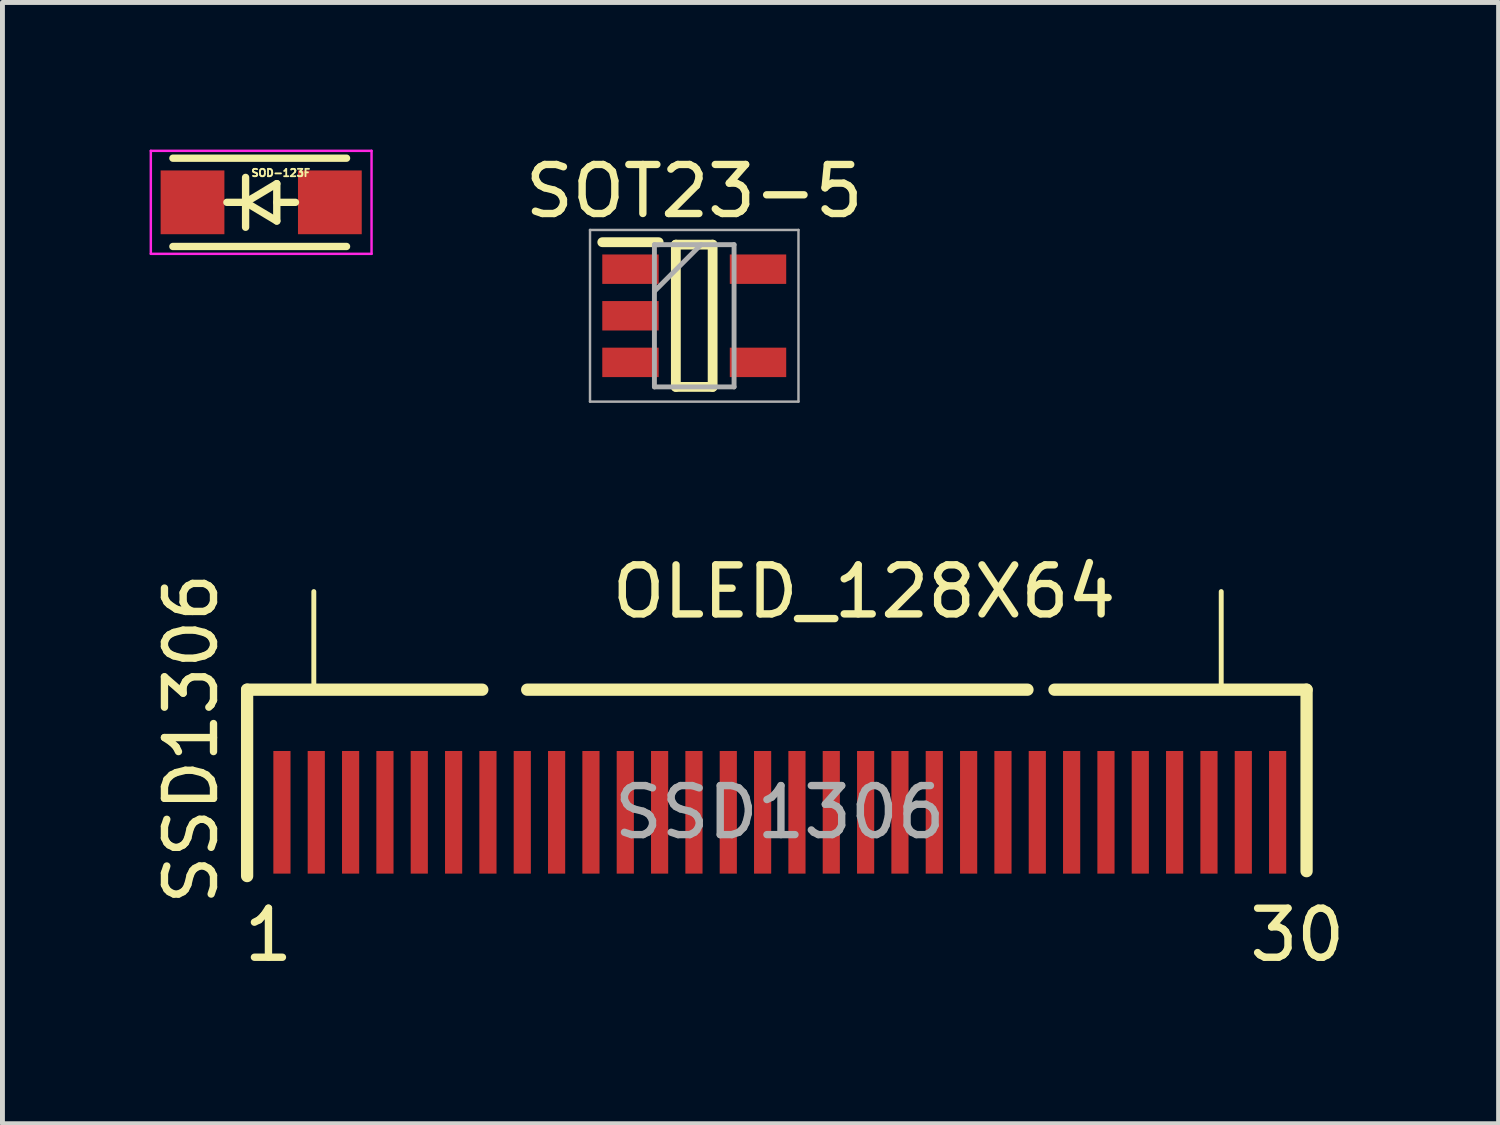
<source format=kicad_pcb>
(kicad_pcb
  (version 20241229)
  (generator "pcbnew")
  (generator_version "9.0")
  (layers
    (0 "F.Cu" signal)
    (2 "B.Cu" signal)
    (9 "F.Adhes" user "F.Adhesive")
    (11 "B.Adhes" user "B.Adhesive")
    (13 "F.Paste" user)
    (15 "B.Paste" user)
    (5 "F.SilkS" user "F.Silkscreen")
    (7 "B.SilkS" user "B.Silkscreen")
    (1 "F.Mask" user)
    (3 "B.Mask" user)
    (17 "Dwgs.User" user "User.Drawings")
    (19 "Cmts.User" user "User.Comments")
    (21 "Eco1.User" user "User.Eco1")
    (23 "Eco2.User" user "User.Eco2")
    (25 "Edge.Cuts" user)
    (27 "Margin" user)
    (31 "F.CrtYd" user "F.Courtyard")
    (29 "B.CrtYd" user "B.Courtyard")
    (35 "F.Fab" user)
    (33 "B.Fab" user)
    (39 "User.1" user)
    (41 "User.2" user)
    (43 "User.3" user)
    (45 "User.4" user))
  (footprint "SSD1306"
    (layer "F.Cu")
    (at 12.848 13.511)
    (property "Reference" "SSD1306" (at -12 -1.5 90) (layer "F.SilkS") (effects (font (size 1 1) (thickness 0.15))))
    (attr smd)
    (fp_line (start -10.86 -2.5) (end -6.065 -2.5) (stroke (width 0.25) (type solid)) (layer "F.SilkS"))
    (fp_line (start -10.86 1.3) (end -10.86 -2.5) (stroke (width 0.25) (type solid)) (layer "F.SilkS"))
    (fp_line (start -9.5 -4.5) (end -9.5 -2.5) (stroke (width 0.1) (type default)) (layer "F.SilkS"))
    (fp_line (start -5.15 -2.5) (end 5.05 -2.5) (stroke (width 0.25) (type solid)) (layer "F.SilkS"))
    (fp_line (start 9 -2.5) (end 9 -4.5) (stroke (width 0.1) (type default)) (layer "F.SilkS"))
    (fp_line (start 10.74 -2.5) (end 5.6 -2.5) (stroke (width 0.25) (type solid)) (layer "F.SilkS"))
    (fp_line (start 10.74 1.2) (end 10.74 -2.5) (stroke (width 0.25) (type solid)) (layer "F.SilkS"))
    (fp_text user "1" (at -11 2.5 0) (layer "F.SilkS") (effects (font (size 1 1) (thickness 0.15)) (justify left)))
    (fp_text user "OLED_128X64" (at -3.5 -4.5 0) (layer "F.SilkS") (effects (font (size 1 1) (thickness 0.15)) (justify left)))
    (fp_text user "30" (at 9.5 2.5 0) (layer "F.SilkS") (effects (font (size 1 1) (thickness 0.15)) (justify left)))
    (fp_text user "${REFERENCE}" (at 0 0 0) (layer "F.Fab") (effects (font (size 1 1) (thickness 0.15))))
    (pad "1" smd rect (at -10.15 0 270) (size 2.5 0.35) (layers "F.Cu" "F.Mask" "F.Paste"))
    (pad "2" smd rect (at -9.45 0 270) (size 2.5 0.35) (layers "F.Cu" "F.Mask" "F.Paste"))
    (pad "3" smd rect (at -8.75 0 270) (size 2.5 0.35) (layers "F.Cu" "F.Mask" "F.Paste"))
    (pad "4" smd rect (at -8.05 0 270) (size 2.5 0.35) (layers "F.Cu" "F.Mask" "F.Paste"))
    (pad "5" smd rect (at -7.35 0 270) (size 2.5 0.35) (layers "F.Cu" "F.Mask" "F.Paste"))
    (pad "6" smd rect (at -6.65 0 270) (size 2.5 0.35) (layers "F.Cu" "F.Mask" "F.Paste"))
    (pad "7" smd rect (at -5.95 0 270) (size 2.5 0.35) (layers "F.Cu" "F.Mask" "F.Paste"))
    (pad "8" smd rect (at -5.25 0 270) (size 2.5 0.35) (layers "F.Cu" "F.Mask" "F.Paste"))
    (pad "9" smd rect (at -4.55 0 270) (size 2.5 0.35) (layers "F.Cu" "F.Mask" "F.Paste"))
    (pad "10" smd rect (at -3.85 0 270) (size 2.5 0.35) (layers "F.Cu" "F.Mask" "F.Paste"))
    (pad "11" smd rect (at -3.15 0 270) (size 2.5 0.35) (layers "F.Cu" "F.Mask" "F.Paste"))
    (pad "12" smd rect (at -2.45 0 270) (size 2.5 0.35) (layers "F.Cu" "F.Mask" "F.Paste"))
    (pad "13" smd rect (at -1.75 0 270) (size 2.5 0.35) (layers "F.Cu" "F.Mask" "F.Paste"))
    (pad "14" smd rect (at -1.05 0 270) (size 2.5 0.35) (layers "F.Cu" "F.Mask" "F.Paste"))
    (pad "15" smd rect (at -0.35 0 270) (size 2.5 0.35) (layers "F.Cu" "F.Mask" "F.Paste"))
    (pad "16" smd rect (at 0.35 0 270) (size 2.5 0.35) (layers "F.Cu" "F.Mask" "F.Paste"))
    (pad "17" smd rect (at 1.05 0 270) (size 2.5 0.35) (layers "F.Cu" "F.Mask" "F.Paste"))
    (pad "18" smd rect (at 1.75 0 270) (size 2.5 0.35) (layers "F.Cu" "F.Mask" "F.Paste"))
    (pad "19" smd rect (at 2.45 0 270) (size 2.5 0.35) (layers "F.Cu" "F.Mask" "F.Paste"))
    (pad "20" smd rect (at 3.15 0 270) (size 2.5 0.35) (layers "F.Cu" "F.Mask" "F.Paste"))
    (pad "21" smd rect (at 3.85 0 270) (size 2.5 0.35) (layers "F.Cu" "F.Mask" "F.Paste"))
    (pad "22" smd rect (at 4.55 0 270) (size 2.5 0.35) (layers "F.Cu" "F.Mask" "F.Paste"))
    (pad "23" smd rect (at 5.25 0 270) (size 2.5 0.35) (layers "F.Cu" "F.Mask" "F.Paste"))
    (pad "24" smd rect (at 5.95 0 270) (size 2.5 0.35) (layers "F.Cu" "F.Mask" "F.Paste"))
    (pad "25" smd rect (at 6.65 0 270) (size 2.5 0.35) (layers "F.Cu" "F.Mask" "F.Paste"))
    (pad "26" smd rect (at 7.35 0 270) (size 2.5 0.35) (layers "F.Cu" "F.Mask" "F.Paste"))
    (pad "27" smd rect (at 8.05 0 270) (size 2.5 0.35) (layers "F.Cu" "F.Mask" "F.Paste"))
    (pad "28" smd rect (at 8.75 0 270) (size 2.5 0.35) (layers "F.Cu" "F.Mask" "F.Paste"))
    (pad "29" smd rect (at 9.45 0 270) (size 2.5 0.35) (layers "F.Cu" "F.Mask" "F.Paste"))
    (pad "30" smd rect (at 10.15 0 270) (size 2.5 0.35) (layers "F.Cu" "F.Mask" "F.Paste")))
  (footprint "SOT23-5"
    (layer "F.Cu")
    (at 11.104 3.388)
    (property "Reference" "SOT23-5" (at 0 -2.54 0) (layer "F.SilkS") (effects (font (size 1 1) (thickness 0.15))))
    (attr smd)
    (fp_line (start -1.875 -1.5) (end -0.725 -1.5) (stroke (width 0.2) (type solid)) (layer "F.SilkS"))
    (fp_line (start -0.375 -1.45) (end 0.375 -1.45) (stroke (width 0.2) (type solid)) (layer "F.SilkS"))
    (fp_line (start -0.375 1.45) (end -0.375 -1.45) (stroke (width 0.2) (type solid)) (layer "F.SilkS"))
    (fp_line (start 0.375 -1.45) (end 0.375 1.45) (stroke (width 0.2) (type solid)) (layer "F.SilkS"))
    (fp_line (start 0.375 1.45) (end -0.375 1.45) (stroke (width 0.2) (type solid)) (layer "F.SilkS"))
    (fp_line (start -2.125 -1.75) (end 2.125 -1.75) (stroke (width 0.05) (type solid)) (layer "F.Fab"))
    (fp_line (start -2.125 1.75) (end -2.125 -1.75) (stroke (width 0.05) (type solid)) (layer "F.Fab"))
    (fp_line (start -0.812 -1.45) (end 0.812 -1.45) (stroke (width 0.1) (type solid)) (layer "F.Fab"))
    (fp_line (start -0.812 -0.5) (end 0.138 -1.45) (stroke (width 0.1) (type solid)) (layer "F.Fab"))
    (fp_line (start -0.812 1.45) (end -0.812 -1.45) (stroke (width 0.1) (type solid)) (layer "F.Fab"))
    (fp_line (start 0.812 -1.45) (end 0.812 1.45) (stroke (width 0.1) (type solid)) (layer "F.Fab"))
    (fp_line (start 0.812 1.45) (end -0.812 1.45) (stroke (width 0.1) (type solid)) (layer "F.Fab"))
    (fp_line (start 2.125 -1.75) (end 2.125 1.75) (stroke (width 0.05) (type solid)) (layer "F.Fab"))
    (fp_line (start 2.125 1.75) (end -2.125 1.75) (stroke (width 0.05) (type solid)) (layer "F.Fab"))
    (pad "1" smd rect (at -1.3 -0.95) (size 1.15 0.6) (layers "F.Cu" "F.Mask" "F.Paste"))
    (pad "2" smd rect (at -1.3 0) (size 1.15 0.6) (layers "F.Cu" "F.Mask" "F.Paste"))
    (pad "3" smd rect (at -1.3 0.95) (size 1.15 0.6) (layers "F.Cu" "F.Mask" "F.Paste"))
    (pad "4" smd rect (at 1.3 0.95) (size 1.15 0.6) (layers "F.Cu" "F.Mask" "F.Paste"))
    (pad "5" smd rect (at 1.3 -0.95) (size 1.15 0.6) (layers "F.Cu" "F.Mask" "F.Paste")))
  (footprint "SOD-123F"
    (layer "F.Cu")
    (at 2.275 1.075)
    (property "Reference" "SOD-123F" (at 0.4 -0.6 0) (layer "F.SilkS") (effects (font (size 0.15 0.15) (thickness 0.037))))
    (attr smd)
    (fp_line (start -1.8 -0.9) (end 1.74 -0.9) (stroke (width 0.15) (type solid)) (layer "F.SilkS"))
    (fp_line (start -1.8 0.9) (end 1.74 0.9) (stroke (width 0.15) (type solid)) (layer "F.SilkS"))
    (fp_line (start -0.699 0) (end -0.318 0) (stroke (width 0.15) (type solid)) (layer "F.SilkS"))
    (fp_line (start -0.318 -0.508) (end -0.318 0.508) (stroke (width 0.15) (type solid)) (layer "F.SilkS"))
    (fp_line (start -0.318 0) (end 0.318 -0.381) (stroke (width 0.15) (type solid)) (layer "F.SilkS"))
    (fp_line (start 0.318 -0.381) (end 0.318 0.381) (stroke (width 0.15) (type solid)) (layer "F.SilkS"))
    (fp_line (start 0.318 0) (end 0.699 0) (stroke (width 0.15) (type solid)) (layer "F.SilkS"))
    (fp_line (start 0.318 0.381) (end -0.318 0) (stroke (width 0.15) (type solid)) (layer "F.SilkS"))
    (fp_line (start -2.25 -1.05) (end -2.25 1.05) (stroke (width 0.05) (type solid)) (layer "F.CrtYd"))
    (fp_line (start -2.25 -1.05) (end 2.25 -1.05) (stroke (width 0.05) (type solid)) (layer "F.CrtYd"))
    (fp_line (start 2.25 -1.05) (end 2.25 1.05) (stroke (width 0.05) (type solid)) (layer "F.CrtYd"))
    (fp_line (start 2.25 1.05) (end -2.25 1.05) (stroke (width 0.05) (type solid)) (layer "F.CrtYd"))
    (pad "1" smd rect (at 1.4 0) (size 1.3 1.3) (layers "F.Cu" "F.Mask" "F.Paste"))
    (pad "2" smd rect (at -1.4 0) (size 1.3 1.3) (layers "F.Cu" "F.Mask" "F.Paste")))
  (gr_rect
    (start -3 -3)
    (end 27.503 19.86)
    (stroke (width 0.1) (type default))
    (fill no)
    (layer "Edge.Cuts")))
</source>
